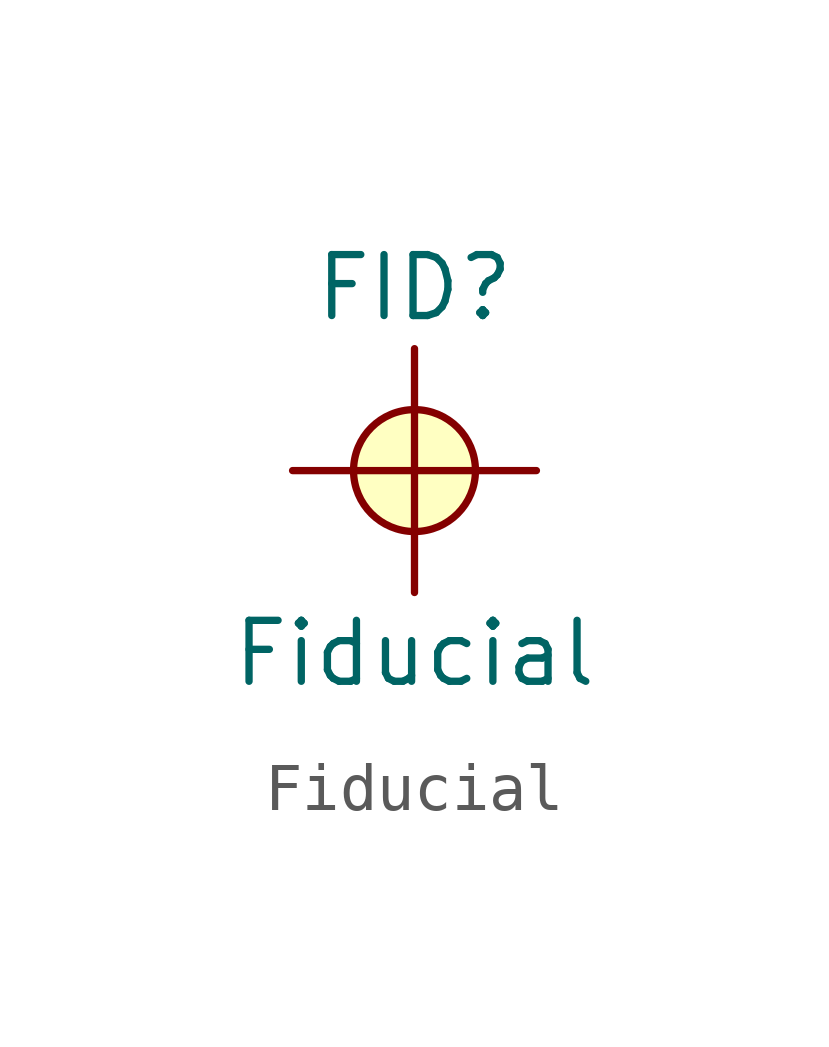
<source format=kicad_sym>
(kicad_symbol_lib
  (version 20211014)
  (generator kicad_symbol_editor)
  (symbol "Fiducial"
    (pin_names
      (offset 0) hide)
    (property "Reference" "FID"
      (at 0 3.81 0)
      (effects (font (size 1.27 1.27))))
    (property "Value" "Fiducial"
      (at 0 -3.81 0)
      (effects (font (size 1.27 1.27))))
    (symbol "Fiducial_1_1"
      (polyline (pts (xy -2.54 0) (xy 2.54 0)) (stroke (width 0) (type default) (color 0 0 0 0)) (fill (type none)))
      (polyline (pts (xy 0 2.54) (xy 0 -2.54)) (stroke (width 0) (type default) (color 0 0 0 0)) (fill (type none)))
      (circle (center 0 0) (radius 1.27) (stroke (width 0) (type default) (color 0 0 0 0)) (fill (type background))))))
</source>
